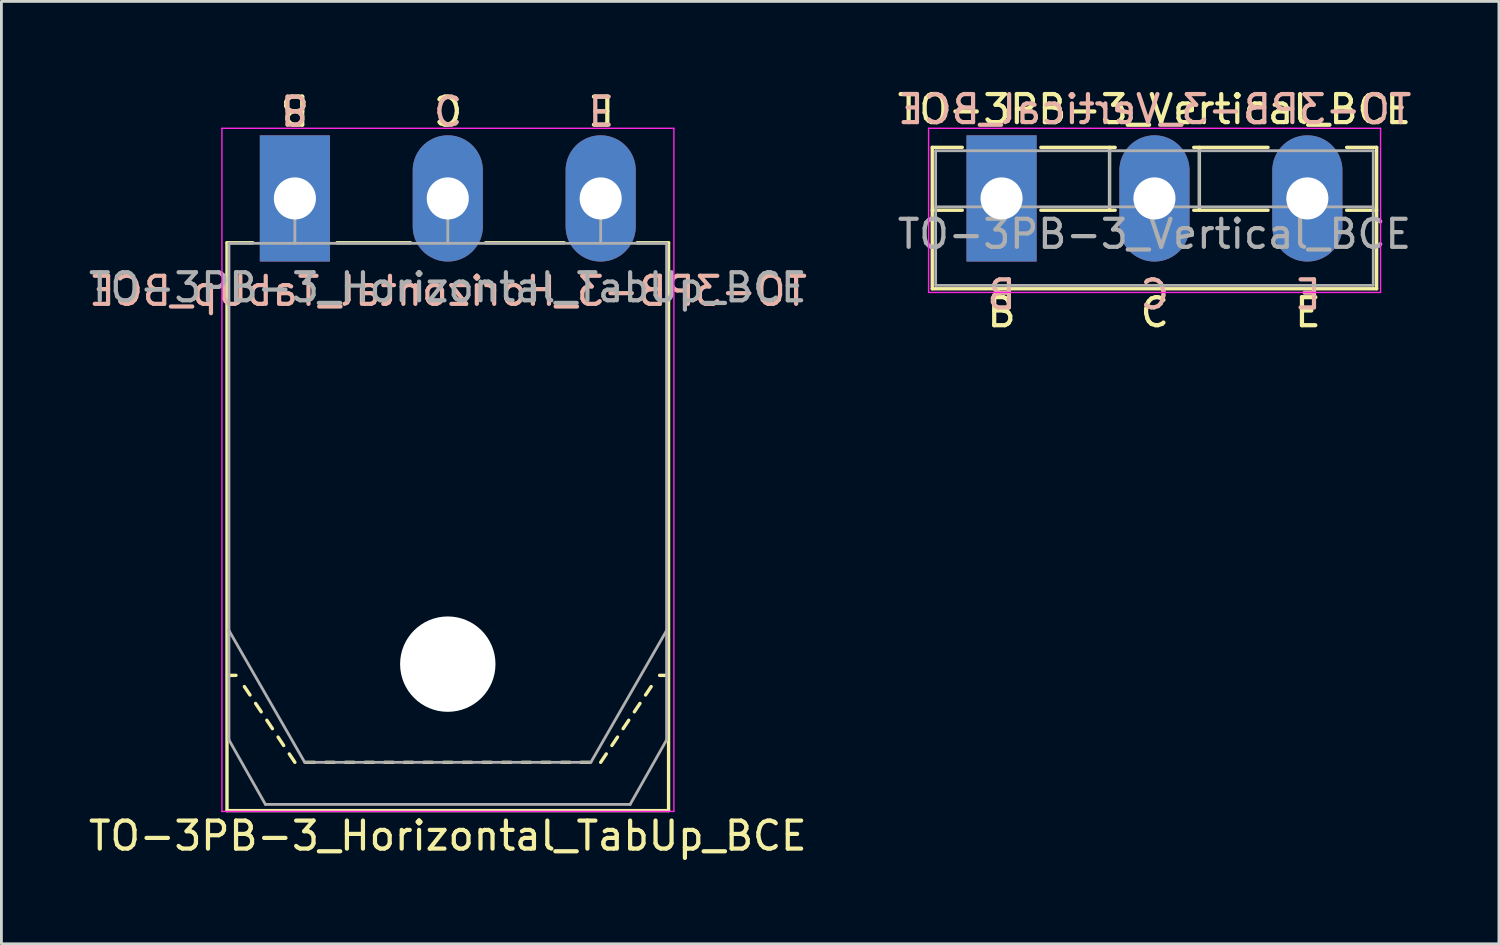
<source format=kicad_pcb>
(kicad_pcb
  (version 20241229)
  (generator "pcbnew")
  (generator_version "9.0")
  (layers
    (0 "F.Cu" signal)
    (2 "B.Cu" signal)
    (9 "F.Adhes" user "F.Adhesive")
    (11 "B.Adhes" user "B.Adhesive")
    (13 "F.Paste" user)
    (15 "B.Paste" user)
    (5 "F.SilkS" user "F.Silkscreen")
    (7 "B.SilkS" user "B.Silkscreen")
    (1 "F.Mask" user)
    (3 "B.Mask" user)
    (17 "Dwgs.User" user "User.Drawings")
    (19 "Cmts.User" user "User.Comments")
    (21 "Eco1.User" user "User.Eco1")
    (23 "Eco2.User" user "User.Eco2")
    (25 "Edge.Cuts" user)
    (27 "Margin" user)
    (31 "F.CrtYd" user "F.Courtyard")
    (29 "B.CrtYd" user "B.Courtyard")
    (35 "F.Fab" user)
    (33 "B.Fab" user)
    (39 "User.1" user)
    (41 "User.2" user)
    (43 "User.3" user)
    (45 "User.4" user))
  (footprint "TO-3PB-3_Horizontal_TabUp_BCE"
    (layer "F.Cu")
    (at 7.461 4.023)
    (property "Reference" "TO-3PB-3_Horizontal_TabUp_BCE" (at 5.45 22.72 0) (layer "F.SilkS") (effects (font (size 1 1) (thickness 0.15))))
    (fp_line (start -2.42 21.82) (end -2.42 1.58) (stroke (width 0.12) (type solid)) (layer "F.SilkS"))
    (fp_line (start -2.1 17) (end -2.4 17) (stroke (width 0.12) (type solid)) (layer "F.SilkS"))
    (fp_line (start -1.8 17.4) (end -1.6 17.7) (stroke (width 0.12) (type solid)) (layer "F.SilkS"))
    (fp_line (start -1.5 1.58) (end -2.42 1.58) (stroke (width 0.12) (type solid)) (layer "F.SilkS"))
    (fp_line (start -1.4 18) (end -1.2 18.3) (stroke (width 0.12) (type solid)) (layer "F.SilkS"))
    (fp_line (start -1 18.6) (end -0.8 18.9) (stroke (width 0.12) (type solid)) (layer "F.SilkS"))
    (fp_line (start -0.6 19.2) (end -0.4 19.5) (stroke (width 0.12) (type solid)) (layer "F.SilkS"))
    (fp_line (start -0.2 19.8) (end 0 20.1) (stroke (width 0.12) (type solid)) (layer "F.SilkS"))
    (fp_line (start 0.7 20.1) (end 0.4 20.1) (stroke (width 0.12) (type solid)) (layer "F.SilkS"))
    (fp_line (start 1.4 20.1) (end 1.1 20.1) (stroke (width 0.12) (type solid)) (layer "F.SilkS"))
    (fp_line (start 2.1 20.1) (end 1.8 20.1) (stroke (width 0.12) (type solid)) (layer "F.SilkS"))
    (fp_line (start 2.8 20.1) (end 2.5 20.1) (stroke (width 0.12) (type solid)) (layer "F.SilkS"))
    (fp_line (start 3.5 20.1) (end 3.2 20.1) (stroke (width 0.12) (type solid)) (layer "F.SilkS"))
    (fp_line (start 4.12 1.58) (end 1.5 1.58) (stroke (width 0.12) (type solid)) (layer "F.SilkS"))
    (fp_line (start 4.2 20.1) (end 3.9 20.1) (stroke (width 0.12) (type solid)) (layer "F.SilkS"))
    (fp_line (start 4.9 20.1) (end 4.6 20.1) (stroke (width 0.12) (type solid)) (layer "F.SilkS"))
    (fp_line (start 5.6 20.1) (end 5.3 20.1) (stroke (width 0.12) (type solid)) (layer "F.SilkS"))
    (fp_line (start 6.3 20.1) (end 6 20.1) (stroke (width 0.12) (type solid)) (layer "F.SilkS"))
    (fp_line (start 7 20.1) (end 6.7 20.1) (stroke (width 0.12) (type solid)) (layer "F.SilkS"))
    (fp_line (start 7.7 20.1) (end 7.4 20.1) (stroke (width 0.12) (type solid)) (layer "F.SilkS"))
    (fp_line (start 8.4 20.1) (end 8.1 20.1) (stroke (width 0.12) (type solid)) (layer "F.SilkS"))
    (fp_line (start 9.1 20.1) (end 8.8 20.1) (stroke (width 0.12) (type solid)) (layer "F.SilkS"))
    (fp_line (start 9.6 1.58) (end 6.8 1.58) (stroke (width 0.12) (type solid)) (layer "F.SilkS"))
    (fp_line (start 9.8 20.1) (end 9.5 20.1) (stroke (width 0.12) (type solid)) (layer "F.SilkS"))
    (fp_line (start 10.5 20.1) (end 10.2 20.1) (stroke (width 0.12) (type solid)) (layer "F.SilkS"))
    (fp_line (start 11.1 19.8) (end 10.9 20.1) (stroke (width 0.12) (type solid)) (layer "F.SilkS"))
    (fp_line (start 11.5 19.2) (end 11.3 19.5) (stroke (width 0.12) (type solid)) (layer "F.SilkS"))
    (fp_line (start 11.9 18.6) (end 11.7 18.9) (stroke (width 0.12) (type solid)) (layer "F.SilkS"))
    (fp_line (start 12.3 18) (end 12.1 18.3) (stroke (width 0.12) (type solid)) (layer "F.SilkS"))
    (fp_line (start 12.7 17.4) (end 12.5 17.7) (stroke (width 0.12) (type solid)) (layer "F.SilkS"))
    (fp_line (start 13 17) (end 13.3 17) (stroke (width 0.12) (type solid)) (layer "F.SilkS"))
    (fp_line (start 13.32 1.58) (end 12.2 1.58) (stroke (width 0.12) (type solid)) (layer "F.SilkS"))
    (fp_line (start 13.32 21.82) (end -2.42 21.82) (stroke (width 0.12) (type solid)) (layer "F.SilkS"))
    (fp_line (start 13.32 21.82) (end 13.32 1.58) (stroke (width 0.12) (type solid)) (layer "F.SilkS"))
    (fp_line (start -2.6 -2.5) (end -2.6 21.85) (stroke (width 0.05) (type solid)) (layer "F.CrtYd"))
    (fp_line (start -2.6 21.85) (end 13.51 21.85) (stroke (width 0.05) (type solid)) (layer "F.CrtYd"))
    (fp_line (start 13.51 -2.5) (end -2.6 -2.5) (stroke (width 0.05) (type solid)) (layer "F.CrtYd"))
    (fp_line (start 13.51 21.85) (end 13.51 -2.5) (stroke (width 0.05) (type solid)) (layer "F.CrtYd"))
    (fp_line (start -2.35 1.6) (end -2.35 15.401) (stroke (width 0.1) (type solid)) (layer "F.Fab"))
    (fp_line (start -2.35 15.401) (end -2.35 19.3) (stroke (width 0.1) (type solid)) (layer "F.Fab"))
    (fp_line (start -2.35 15.401) (end 0.351 20.1) (stroke (width 0.1) (type solid)) (layer "F.Fab"))
    (fp_line (start -2.35 19.3) (end -1.05 21.6) (stroke (width 0.1) (type solid)) (layer "F.Fab"))
    (fp_line (start -1.05 21.6) (end 11.95 21.6) (stroke (width 0.1) (type solid)) (layer "F.Fab"))
    (fp_line (start 0 1.6) (end 0 0) (stroke (width 0.1) (type solid)) (layer "F.Fab"))
    (fp_line (start 0.351 20.1) (end 10.55 20.1) (stroke (width 0.1) (type solid)) (layer "F.Fab"))
    (fp_line (start 5.45 1.6) (end 5.45 0) (stroke (width 0.1) (type solid)) (layer "F.Fab"))
    (fp_line (start 10.55 20.1) (end 13.25 15.401) (stroke (width 0.1) (type solid)) (layer "F.Fab"))
    (fp_line (start 10.9 1.6) (end 10.9 0) (stroke (width 0.1) (type solid)) (layer "F.Fab"))
    (fp_line (start 11.95 21.6) (end 13.25 19.3) (stroke (width 0.1) (type solid)) (layer "F.Fab"))
    (fp_line (start 13.25 1.6) (end -2.35 1.6) (stroke (width 0.1) (type solid)) (layer "F.Fab"))
    (fp_line (start 13.25 15.401) (end 13.25 1.6) (stroke (width 0.1) (type solid)) (layer "F.Fab"))
    (fp_line (start 13.25 19.3) (end 13.25 15.401) (stroke (width 0.1) (type solid)) (layer "F.Fab"))
    (fp_circle (center 5.45 16.6) (end 7.05 16.6) (stroke (width 0.1) (type solid)) (fill no) (layer "F.Fab"))
    (fp_text user "C" (at 5.461 -3.175 180) (unlocked yes) (layer "F.SilkS") (effects (font (size 1 1) (thickness 0.15))))
    (fp_text user "E" (at 10.922 -3.175 180) (unlocked yes) (layer "F.SilkS") (effects (font (size 1 1) (thickness 0.15))))
    (fp_text user "B" (at 0 -3.175 180) (unlocked yes) (layer "F.SilkS") (effects (font (size 1 1) (thickness 0.15))))
    (fp_text user "B" (at 0 -3.175 180) (unlocked yes) (layer "B.SilkS") (effects (font (size 1 1) (thickness 0.15)) (justify mirror)))
    (fp_text user "${REFERENCE}" (at 5.461 3.302 0) (layer "B.SilkS") (effects (font (size 1 1) (thickness 0.15)) (justify mirror)))
    (fp_text user "E" (at 10.922 -3.175 180) (unlocked yes) (layer "B.SilkS") (effects (font (size 1 1) (thickness 0.15)) (justify mirror)))
    (fp_text user "C" (at 5.461 -3.175 180) (unlocked yes) (layer "B.SilkS") (effects (font (size 1 1) (thickness 0.15)) (justify mirror)))
    (fp_text user "${REFERENCE}" (at 5.45 3.175 0) (layer "F.Fab") (effects (font (size 1 1) (thickness 0.15))))
    (pad "" np_thru_hole oval (at 5.45 16.6) (size 3.4 3.4) (drill 3.4) (layers "*.Cu" "*.Mask"))
    (pad "1" thru_hole rect (at 0 0) (size 2.5 4.5) (drill 1.5) (layers "*.Cu" "*.Mask"))
    (pad "2" thru_hole oval (at 5.45 0) (size 2.5 4.5) (drill 1.5) (layers "*.Cu" "*.Mask"))
    (pad "3" thru_hole oval (at 10.9 0) (size 2.5 4.5) (drill 1.5) (layers "*.Cu" "*.Mask")))
  (footprint "TO-3PB-3_Vertical_BCE"
    (layer "F.Cu")
    (at 32.65 4.023)
    (property "Reference" "TO-3PB-3_Vertical_BCE" (at 5.45 -3.175 0) (layer "F.SilkS") (effects (font (size 1 1) (thickness 0.15))))
    (fp_line (start -2.47 -1.82) (end -2.47 3.22) (stroke (width 0.12) (type solid)) (layer "F.SilkS"))
    (fp_line (start -2.47 -1.82) (end -1.4 -1.82) (stroke (width 0.12) (type solid)) (layer "F.SilkS"))
    (fp_line (start -2.47 0.421) (end -1.4 0.421) (stroke (width 0.12) (type solid)) (layer "F.SilkS"))
    (fp_line (start -2.47 3.22) (end 13.37 3.22) (stroke (width 0.12) (type solid)) (layer "F.SilkS"))
    (fp_line (start 1.4 -1.82) (end 4.051 -1.82) (stroke (width 0.12) (type solid)) (layer "F.SilkS"))
    (fp_line (start 1.4 0.421) (end 4.051 0.421) (stroke (width 0.12) (type solid)) (layer "F.SilkS"))
    (fp_line (start 3.85 -1.82) (end 3.85 0.421) (stroke (width 0.12) (type solid)) (layer "F.SilkS"))
    (fp_line (start 6.85 -1.82) (end 9.5 -1.82) (stroke (width 0.12) (type solid)) (layer "F.SilkS"))
    (fp_line (start 6.85 0.421) (end 9.5 0.421) (stroke (width 0.12) (type solid)) (layer "F.SilkS"))
    (fp_line (start 7.051 -1.82) (end 7.051 0.421) (stroke (width 0.12) (type solid)) (layer "F.SilkS"))
    (fp_line (start 12.3 -1.82) (end 13.37 -1.82) (stroke (width 0.12) (type solid)) (layer "F.SilkS"))
    (fp_line (start 12.3 0.421) (end 13.37 0.421) (stroke (width 0.12) (type solid)) (layer "F.SilkS"))
    (fp_line (start 13.37 -1.82) (end 13.37 3.22) (stroke (width 0.12) (type solid)) (layer "F.SilkS"))
    (fp_line (start -2.6 -2.5) (end -2.6 3.35) (stroke (width 0.05) (type solid)) (layer "F.CrtYd"))
    (fp_line (start -2.6 3.35) (end 13.51 3.35) (stroke (width 0.05) (type solid)) (layer "F.CrtYd"))
    (fp_line (start 13.51 -2.5) (end -2.6 -2.5) (stroke (width 0.05) (type solid)) (layer "F.CrtYd"))
    (fp_line (start 13.51 3.35) (end 13.51 -2.5) (stroke (width 0.05) (type solid)) (layer "F.CrtYd"))
    (fp_line (start -2.35 -1.7) (end -2.35 3.1) (stroke (width 0.1) (type solid)) (layer "F.Fab"))
    (fp_line (start -2.35 0.3) (end 13.25 0.3) (stroke (width 0.1) (type solid)) (layer "F.Fab"))
    (fp_line (start -2.35 3.1) (end 13.25 3.1) (stroke (width 0.1) (type solid)) (layer "F.Fab"))
    (fp_line (start 3.85 -1.7) (end 3.85 0.3) (stroke (width 0.1) (type solid)) (layer "F.Fab"))
    (fp_line (start 7.05 -1.7) (end 7.05 0.3) (stroke (width 0.1) (type solid)) (layer "F.Fab"))
    (fp_line (start 13.25 -1.7) (end -2.35 -1.7) (stroke (width 0.1) (type solid)) (layer "F.Fab"))
    (fp_line (start 13.25 3.1) (end 13.25 -1.7) (stroke (width 0.1) (type solid)) (layer "F.Fab"))
    (fp_text user "B" (at 0 4.064 0) (unlocked yes) (layer "F.SilkS") (effects (font (size 1 1) (thickness 0.15))))
    (fp_text user "E" (at 10.922 4.064 0) (unlocked yes) (layer "F.SilkS") (effects (font (size 1 1) (thickness 0.15))))
    (fp_text user "C" (at 5.461 4.064 0) (unlocked yes) (layer "F.SilkS") (effects (font (size 1 1) (thickness 0.15))))
    (fp_text user "E" (at 10.922 3.429 0) (unlocked yes) (layer "B.SilkS") (effects (font (size 1 1) (thickness 0.15)) (justify mirror)))
    (fp_text user "${REFERENCE}" (at 5.461 -3.175 0) (layer "B.SilkS") (effects (font (size 1 1) (thickness 0.15)) (justify mirror)))
    (fp_text user "C" (at 5.461 3.429 0) (unlocked yes) (layer "B.SilkS") (effects (font (size 1 1) (thickness 0.15)) (justify mirror)))
    (fp_text user "B" (at 0 3.429 0) (unlocked yes) (layer "B.SilkS") (effects (font (size 1 1) (thickness 0.15)) (justify mirror)))
    (fp_text user "${REFERENCE}" (at 5.45 1.27 0) (layer "F.Fab") (effects (font (size 1 1) (thickness 0.15))))
    (pad "1" thru_hole rect (at 0 0) (size 2.5 4.5) (drill 1.5) (layers "*.Cu" "*.Mask"))
    (pad "2" thru_hole oval (at 5.45 0) (size 2.5 4.5) (drill 1.5) (layers "*.Cu" "*.Mask"))
    (pad "3" thru_hole oval (at 10.9 0) (size 2.5 4.5) (drill 1.5) (layers "*.Cu" "*.Mask")))
  (gr_rect
    (start -3 -3)
    (end 50.379 30.591)
    (stroke (width 0.1) (type default))
    (fill no)
    (layer "Edge.Cuts")))
</source>
